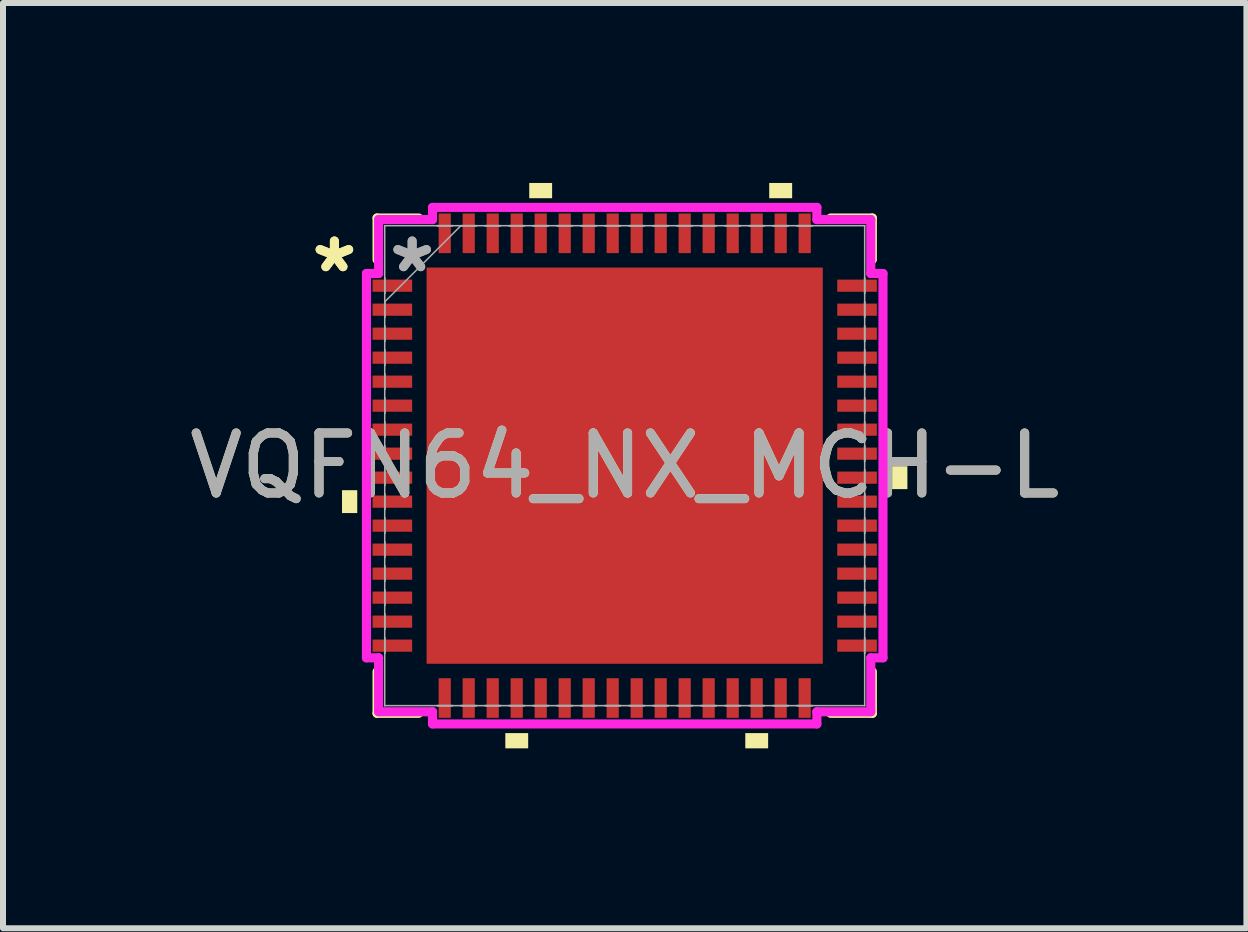
<source format=kicad_pcb>
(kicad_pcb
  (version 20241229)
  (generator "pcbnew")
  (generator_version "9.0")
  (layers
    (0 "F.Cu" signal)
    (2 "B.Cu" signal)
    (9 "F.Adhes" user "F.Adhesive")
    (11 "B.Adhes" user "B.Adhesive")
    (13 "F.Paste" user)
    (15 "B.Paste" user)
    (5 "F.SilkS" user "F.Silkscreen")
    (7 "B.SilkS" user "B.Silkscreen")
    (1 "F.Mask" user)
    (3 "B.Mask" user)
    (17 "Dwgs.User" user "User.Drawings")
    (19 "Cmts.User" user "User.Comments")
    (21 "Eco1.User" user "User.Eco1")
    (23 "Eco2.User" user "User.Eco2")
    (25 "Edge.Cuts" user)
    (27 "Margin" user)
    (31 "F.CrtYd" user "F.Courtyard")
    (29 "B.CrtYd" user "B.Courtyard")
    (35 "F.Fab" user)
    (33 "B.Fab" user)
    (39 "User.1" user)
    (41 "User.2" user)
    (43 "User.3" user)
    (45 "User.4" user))
  (footprint "VQFN64_NX_MCH-L"
    (layer "F.Cu")
    (at 7.363 4.712)
    (property "Reference" "VQFN64_NX_MCH-L" (at 0 0 0) (unlocked yes) (layer "F.SilkS") (effects (font (size 1 1) (thickness 0.15))))
    (attr smd)
    (fp_line (start -4.128 -4.128) (end -4.128 -3.434) (stroke (width 0.152) (type solid)) (layer "F.SilkS"))
    (fp_line (start -4.128 3.434) (end -4.128 4.128) (stroke (width 0.152) (type solid)) (layer "F.SilkS"))
    (fp_line (start -4.128 4.128) (end -3.434 4.128) (stroke (width 0.152) (type solid)) (layer "F.SilkS"))
    (fp_line (start -3.434 -4.128) (end -4.128 -4.128) (stroke (width 0.152) (type solid)) (layer "F.SilkS"))
    (fp_line (start 3.434 4.128) (end 4.128 4.128) (stroke (width 0.152) (type solid)) (layer "F.SilkS"))
    (fp_line (start 4.128 -4.128) (end 3.434 -4.128) (stroke (width 0.152) (type solid)) (layer "F.SilkS"))
    (fp_line (start 4.128 -3.434) (end 4.128 -4.128) (stroke (width 0.152) (type solid)) (layer "F.SilkS"))
    (fp_line (start 4.128 4.128) (end 4.128 3.434) (stroke (width 0.152) (type solid)) (layer "F.SilkS"))
    (fp_poly (pts (xy -4.712 0.409) (xy -4.712 0.79) (xy -4.458 0.79) (xy -4.458 0.409)) (stroke (width 0) (type solid)) (fill yes) (layer "F.SilkS"))
    (fp_poly (pts (xy -1.99 4.458) (xy -1.99 4.712) (xy -1.609 4.712) (xy -1.609 4.458)) (stroke (width 0) (type solid)) (fill yes) (layer "F.SilkS"))
    (fp_poly (pts (xy -1.591 -4.458) (xy -1.591 -4.712) (xy -1.21 -4.712) (xy -1.21 -4.458)) (stroke (width 0) (type solid)) (fill yes) (layer "F.SilkS"))
    (fp_poly (pts (xy 2.01 4.458) (xy 2.01 4.712) (xy 2.391 4.712) (xy 2.391 4.458)) (stroke (width 0) (type solid)) (fill yes) (layer "F.SilkS"))
    (fp_poly (pts (xy 2.409 -4.458) (xy 2.409 -4.712) (xy 2.791 -4.712) (xy 2.791 -4.458)) (stroke (width 0) (type solid)) (fill yes) (layer "F.SilkS"))
    (fp_poly (pts (xy 4.712 0.009) (xy 4.712 0.391) (xy 4.458 0.391) (xy 4.458 0.009)) (stroke (width 0) (type solid)) (fill yes) (layer "F.SilkS"))
    (fp_poly (pts (xy -3.202 -3.202) (xy -3.202 -2.081) (xy -2.081 -2.081) (xy -2.081 -3.202)) (stroke (width 0) (type solid)) (fill yes) (layer "F.Paste"))
    (fp_poly (pts (xy -3.202 -1.881) (xy -3.202 -0.76) (xy -2.081 -0.76) (xy -2.081 -1.881)) (stroke (width 0) (type solid)) (fill yes) (layer "F.Paste"))
    (fp_poly (pts (xy -3.202 -0.56) (xy -3.202 0.56) (xy -2.081 0.56) (xy -2.081 -0.56)) (stroke (width 0) (type solid)) (fill yes) (layer "F.Paste"))
    (fp_poly (pts (xy -3.202 0.76) (xy -3.202 1.881) (xy -2.081 1.881) (xy -2.081 0.76)) (stroke (width 0) (type solid)) (fill yes) (layer "F.Paste"))
    (fp_poly (pts (xy -3.202 2.081) (xy -3.202 3.202) (xy -2.081 3.202) (xy -2.081 2.081)) (stroke (width 0) (type solid)) (fill yes) (layer "F.Paste"))
    (fp_poly (pts (xy -1.881 -3.202) (xy -1.881 -2.081) (xy -0.76 -2.081) (xy -0.76 -3.202)) (stroke (width 0) (type solid)) (fill yes) (layer "F.Paste"))
    (fp_poly (pts (xy -1.881 -1.881) (xy -1.881 -0.76) (xy -0.76 -0.76) (xy -0.76 -1.881)) (stroke (width 0) (type solid)) (fill yes) (layer "F.Paste"))
    (fp_poly (pts (xy -1.881 -0.56) (xy -1.881 0.56) (xy -0.76 0.56) (xy -0.76 -0.56)) (stroke (width 0) (type solid)) (fill yes) (layer "F.Paste"))
    (fp_poly (pts (xy -1.881 0.76) (xy -1.881 1.881) (xy -0.76 1.881) (xy -0.76 0.76)) (stroke (width 0) (type solid)) (fill yes) (layer "F.Paste"))
    (fp_poly (pts (xy -1.881 2.081) (xy -1.881 3.202) (xy -0.76 3.202) (xy -0.76 2.081)) (stroke (width 0) (type solid)) (fill yes) (layer "F.Paste"))
    (fp_poly (pts (xy -0.56 -3.202) (xy -0.56 -2.081) (xy 0.56 -2.081) (xy 0.56 -3.202)) (stroke (width 0) (type solid)) (fill yes) (layer "F.Paste"))
    (fp_poly (pts (xy -0.56 -1.881) (xy -0.56 -0.76) (xy 0.56 -0.76) (xy 0.56 -1.881)) (stroke (width 0) (type solid)) (fill yes) (layer "F.Paste"))
    (fp_poly (pts (xy -0.56 -0.56) (xy -0.56 0.56) (xy 0.56 0.56) (xy 0.56 -0.56)) (stroke (width 0) (type solid)) (fill yes) (layer "F.Paste"))
    (fp_poly (pts (xy -0.56 0.76) (xy -0.56 1.881) (xy 0.56 1.881) (xy 0.56 0.76)) (stroke (width 0) (type solid)) (fill yes) (layer "F.Paste"))
    (fp_poly (pts (xy -0.56 2.081) (xy -0.56 3.202) (xy 0.56 3.202) (xy 0.56 2.081)) (stroke (width 0) (type solid)) (fill yes) (layer "F.Paste"))
    (fp_poly (pts (xy 0.76 -3.202) (xy 0.76 -2.081) (xy 1.881 -2.081) (xy 1.881 -3.202)) (stroke (width 0) (type solid)) (fill yes) (layer "F.Paste"))
    (fp_poly (pts (xy 0.76 -1.881) (xy 0.76 -0.76) (xy 1.881 -0.76) (xy 1.881 -1.881)) (stroke (width 0) (type solid)) (fill yes) (layer "F.Paste"))
    (fp_poly (pts (xy 0.76 -0.56) (xy 0.76 0.56) (xy 1.881 0.56) (xy 1.881 -0.56)) (stroke (width 0) (type solid)) (fill yes) (layer "F.Paste"))
    (fp_poly (pts (xy 0.76 0.76) (xy 0.76 1.881) (xy 1.881 1.881) (xy 1.881 0.76)) (stroke (width 0) (type solid)) (fill yes) (layer "F.Paste"))
    (fp_poly (pts (xy 0.76 2.081) (xy 0.76 3.202) (xy 1.881 3.202) (xy 1.881 2.081)) (stroke (width 0) (type solid)) (fill yes) (layer "F.Paste"))
    (fp_poly (pts (xy 2.081 -3.202) (xy 2.081 -2.081) (xy 3.202 -2.081) (xy 3.202 -3.202)) (stroke (width 0) (type solid)) (fill yes) (layer "F.Paste"))
    (fp_poly (pts (xy 2.081 -1.881) (xy 2.081 -0.76) (xy 3.202 -0.76) (xy 3.202 -1.881)) (stroke (width 0) (type solid)) (fill yes) (layer "F.Paste"))
    (fp_poly (pts (xy 2.081 -0.56) (xy 2.081 0.56) (xy 3.202 0.56) (xy 3.202 -0.56)) (stroke (width 0) (type solid)) (fill yes) (layer "F.Paste"))
    (fp_poly (pts (xy 2.081 0.76) (xy 2.081 1.881) (xy 3.202 1.881) (xy 3.202 0.76)) (stroke (width 0) (type solid)) (fill yes) (layer "F.Paste"))
    (fp_poly (pts (xy 2.081 2.081) (xy 2.081 3.202) (xy 3.202 3.202) (xy 3.202 2.081)) (stroke (width 0) (type solid)) (fill yes) (layer "F.Paste"))
    (fp_line (start -4.305 -3.203) (end -4.102 -3.203) (stroke (width 0.152) (type solid)) (layer "F.CrtYd"))
    (fp_line (start -4.305 3.203) (end -4.305 -3.203) (stroke (width 0.152) (type solid)) (layer "F.CrtYd"))
    (fp_line (start -4.102 -4.102) (end -3.203 -4.102) (stroke (width 0.152) (type solid)) (layer "F.CrtYd"))
    (fp_line (start -4.102 -3.203) (end -4.102 -4.102) (stroke (width 0.152) (type solid)) (layer "F.CrtYd"))
    (fp_line (start -4.102 3.203) (end -4.305 3.203) (stroke (width 0.152) (type solid)) (layer "F.CrtYd"))
    (fp_line (start -4.102 4.102) (end -4.102 3.203) (stroke (width 0.152) (type solid)) (layer "F.CrtYd"))
    (fp_line (start -3.203 -4.305) (end 3.203 -4.305) (stroke (width 0.152) (type solid)) (layer "F.CrtYd"))
    (fp_line (start -3.203 -4.102) (end -3.203 -4.305) (stroke (width 0.152) (type solid)) (layer "F.CrtYd"))
    (fp_line (start -3.203 4.102) (end -4.102 4.102) (stroke (width 0.152) (type solid)) (layer "F.CrtYd"))
    (fp_line (start -3.203 4.305) (end -3.203 4.102) (stroke (width 0.152) (type solid)) (layer "F.CrtYd"))
    (fp_line (start 3.203 -4.305) (end 3.203 -4.102) (stroke (width 0.152) (type solid)) (layer "F.CrtYd"))
    (fp_line (start 3.203 -4.102) (end 4.102 -4.102) (stroke (width 0.152) (type solid)) (layer "F.CrtYd"))
    (fp_line (start 3.203 4.102) (end 3.203 4.305) (stroke (width 0.152) (type solid)) (layer "F.CrtYd"))
    (fp_line (start 3.203 4.305) (end -3.203 4.305) (stroke (width 0.152) (type solid)) (layer "F.CrtYd"))
    (fp_line (start 4.102 -4.102) (end 4.102 -3.203) (stroke (width 0.152) (type solid)) (layer "F.CrtYd"))
    (fp_line (start 4.102 -3.203) (end 4.305 -3.203) (stroke (width 0.152) (type solid)) (layer "F.CrtYd"))
    (fp_line (start 4.102 3.203) (end 4.102 4.102) (stroke (width 0.152) (type solid)) (layer "F.CrtYd"))
    (fp_line (start 4.102 4.102) (end 3.203 4.102) (stroke (width 0.152) (type solid)) (layer "F.CrtYd"))
    (fp_line (start 4.305 -3.203) (end 4.305 3.203) (stroke (width 0.152) (type solid)) (layer "F.CrtYd"))
    (fp_line (start 4.305 3.203) (end 4.102 3.203) (stroke (width 0.152) (type solid)) (layer "F.CrtYd"))
    (fp_line (start -4 -4) (end -4 -4) (stroke (width 0.025) (type solid)) (layer "F.Fab"))
    (fp_line (start -4 -4) (end -4 4) (stroke (width 0.025) (type solid)) (layer "F.Fab"))
    (fp_line (start -4 -3.127) (end -4 -3.127) (stroke (width 0.025) (type solid)) (layer "F.Fab"))
    (fp_line (start -4 -3.127) (end -4 -2.873) (stroke (width 0.025) (type solid)) (layer "F.Fab"))
    (fp_line (start -4 -2.873) (end -4 -3.127) (stroke (width 0.025) (type solid)) (layer "F.Fab"))
    (fp_line (start -4 -2.873) (end -4 -2.873) (stroke (width 0.025) (type solid)) (layer "F.Fab"))
    (fp_line (start -4 -2.731) (end -2.731 -4) (stroke (width 0.025) (type solid)) (layer "F.Fab"))
    (fp_line (start -4 -2.727) (end -4 -2.727) (stroke (width 0.025) (type solid)) (layer "F.Fab"))
    (fp_line (start -4 -2.727) (end -4 -2.473) (stroke (width 0.025) (type solid)) (layer "F.Fab"))
    (fp_line (start -4 -2.473) (end -4 -2.727) (stroke (width 0.025) (type solid)) (layer "F.Fab"))
    (fp_line (start -4 -2.473) (end -4 -2.473) (stroke (width 0.025) (type solid)) (layer "F.Fab"))
    (fp_line (start -4 -2.327) (end -4 -2.327) (stroke (width 0.025) (type solid)) (layer "F.Fab"))
    (fp_line (start -4 -2.327) (end -4 -2.073) (stroke (width 0.025) (type solid)) (layer "F.Fab"))
    (fp_line (start -4 -2.073) (end -4 -2.327) (stroke (width 0.025) (type solid)) (layer "F.Fab"))
    (fp_line (start -4 -2.073) (end -4 -2.073) (stroke (width 0.025) (type solid)) (layer "F.Fab"))
    (fp_line (start -4 -1.927) (end -4 -1.927) (stroke (width 0.025) (type solid)) (layer "F.Fab"))
    (fp_line (start -4 -1.927) (end -4 -1.673) (stroke (width 0.025) (type solid)) (layer "F.Fab"))
    (fp_line (start -4 -1.673) (end -4 -1.927) (stroke (width 0.025) (type solid)) (layer "F.Fab"))
    (fp_line (start -4 -1.673) (end -4 -1.673) (stroke (width 0.025) (type solid)) (layer "F.Fab"))
    (fp_line (start -4 -1.527) (end -4 -1.527) (stroke (width 0.025) (type solid)) (layer "F.Fab"))
    (fp_line (start -4 -1.527) (end -4 -1.273) (stroke (width 0.025) (type solid)) (layer "F.Fab"))
    (fp_line (start -4 -1.273) (end -4 -1.527) (stroke (width 0.025) (type solid)) (layer "F.Fab"))
    (fp_line (start -4 -1.273) (end -4 -1.273) (stroke (width 0.025) (type solid)) (layer "F.Fab"))
    (fp_line (start -4 -1.127) (end -4 -1.127) (stroke (width 0.025) (type solid)) (layer "F.Fab"))
    (fp_line (start -4 -1.127) (end -4 -0.873) (stroke (width 0.025) (type solid)) (layer "F.Fab"))
    (fp_line (start -4 -0.873) (end -4 -1.127) (stroke (width 0.025) (type solid)) (layer "F.Fab"))
    (fp_line (start -4 -0.873) (end -4 -0.873) (stroke (width 0.025) (type solid)) (layer "F.Fab"))
    (fp_line (start -4 -0.727) (end -4 -0.727) (stroke (width 0.025) (type solid)) (layer "F.Fab"))
    (fp_line (start -4 -0.727) (end -4 -0.473) (stroke (width 0.025) (type solid)) (layer "F.Fab"))
    (fp_line (start -4 -0.473) (end -4 -0.727) (stroke (width 0.025) (type solid)) (layer "F.Fab"))
    (fp_line (start -4 -0.473) (end -4 -0.473) (stroke (width 0.025) (type solid)) (layer "F.Fab"))
    (fp_line (start -4 -0.327) (end -4 -0.327) (stroke (width 0.025) (type solid)) (layer "F.Fab"))
    (fp_line (start -4 -0.327) (end -4 -0.073) (stroke (width 0.025) (type solid)) (layer "F.Fab"))
    (fp_line (start -4 -0.073) (end -4 -0.327) (stroke (width 0.025) (type solid)) (layer "F.Fab"))
    (fp_line (start -4 -0.073) (end -4 -0.073) (stroke (width 0.025) (type solid)) (layer "F.Fab"))
    (fp_line (start -4 0.073) (end -4 0.073) (stroke (width 0.025) (type solid)) (layer "F.Fab"))
    (fp_line (start -4 0.073) (end -4 0.327) (stroke (width 0.025) (type solid)) (layer "F.Fab"))
    (fp_line (start -4 0.327) (end -4 0.073) (stroke (width 0.025) (type solid)) (layer "F.Fab"))
    (fp_line (start -4 0.327) (end -4 0.327) (stroke (width 0.025) (type solid)) (layer "F.Fab"))
    (fp_line (start -4 0.473) (end -4 0.473) (stroke (width 0.025) (type solid)) (layer "F.Fab"))
    (fp_line (start -4 0.473) (end -4 0.727) (stroke (width 0.025) (type solid)) (layer "F.Fab"))
    (fp_line (start -4 0.727) (end -4 0.473) (stroke (width 0.025) (type solid)) (layer "F.Fab"))
    (fp_line (start -4 0.727) (end -4 0.727) (stroke (width 0.025) (type solid)) (layer "F.Fab"))
    (fp_line (start -4 0.873) (end -4 0.873) (stroke (width 0.025) (type solid)) (layer "F.Fab"))
    (fp_line (start -4 0.873) (end -4 1.127) (stroke (width 0.025) (type solid)) (layer "F.Fab"))
    (fp_line (start -4 1.127) (end -4 0.873) (stroke (width 0.025) (type solid)) (layer "F.Fab"))
    (fp_line (start -4 1.127) (end -4 1.127) (stroke (width 0.025) (type solid)) (layer "F.Fab"))
    (fp_line (start -4 1.273) (end -4 1.273) (stroke (width 0.025) (type solid)) (layer "F.Fab"))
    (fp_line (start -4 1.273) (end -4 1.527) (stroke (width 0.025) (type solid)) (layer "F.Fab"))
    (fp_line (start -4 1.527) (end -4 1.273) (stroke (width 0.025) (type solid)) (layer "F.Fab"))
    (fp_line (start -4 1.527) (end -4 1.527) (stroke (width 0.025) (type solid)) (layer "F.Fab"))
    (fp_line (start -4 1.673) (end -4 1.673) (stroke (width 0.025) (type solid)) (layer "F.Fab"))
    (fp_line (start -4 1.673) (end -4 1.927) (stroke (width 0.025) (type solid)) (layer "F.Fab"))
    (fp_line (start -4 1.927) (end -4 1.673) (stroke (width 0.025) (type solid)) (layer "F.Fab"))
    (fp_line (start -4 1.927) (end -4 1.927) (stroke (width 0.025) (type solid)) (layer "F.Fab"))
    (fp_line (start -4 2.073) (end -4 2.073) (stroke (width 0.025) (type solid)) (layer "F.Fab"))
    (fp_line (start -4 2.073) (end -4 2.327) (stroke (width 0.025) (type solid)) (layer "F.Fab"))
    (fp_line (start -4 2.327) (end -4 2.073) (stroke (width 0.025) (type solid)) (layer "F.Fab"))
    (fp_line (start -4 2.327) (end -4 2.327) (stroke (width 0.025) (type solid)) (layer "F.Fab"))
    (fp_line (start -4 2.473) (end -4 2.473) (stroke (width 0.025) (type solid)) (layer "F.Fab"))
    (fp_line (start -4 2.473) (end -4 2.727) (stroke (width 0.025) (type solid)) (layer "F.Fab"))
    (fp_line (start -4 2.727) (end -4 2.473) (stroke (width 0.025) (type solid)) (layer "F.Fab"))
    (fp_line (start -4 2.727) (end -4 2.727) (stroke (width 0.025) (type solid)) (layer "F.Fab"))
    (fp_line (start -4 2.873) (end -4 2.873) (stroke (width 0.025) (type solid)) (layer "F.Fab"))
    (fp_line (start -4 2.873) (end -4 3.127) (stroke (width 0.025) (type solid)) (layer "F.Fab"))
    (fp_line (start -4 3.127) (end -4 2.873) (stroke (width 0.025) (type solid)) (layer "F.Fab"))
    (fp_line (start -4 3.127) (end -4 3.127) (stroke (width 0.025) (type solid)) (layer "F.Fab"))
    (fp_line (start -4 4) (end -4 4) (stroke (width 0.025) (type solid)) (layer "F.Fab"))
    (fp_line (start -4 4) (end 4 4) (stroke (width 0.025) (type solid)) (layer "F.Fab"))
    (fp_line (start -3.127 -4) (end -3.127 -4) (stroke (width 0.025) (type solid)) (layer "F.Fab"))
    (fp_line (start -3.127 -4) (end -2.873 -4) (stroke (width 0.025) (type solid)) (layer "F.Fab"))
    (fp_line (start -3.127 4) (end -3.127 4) (stroke (width 0.025) (type solid)) (layer "F.Fab"))
    (fp_line (start -3.127 4) (end -2.873 4) (stroke (width 0.025) (type solid)) (layer "F.Fab"))
    (fp_line (start -2.873 -4) (end -3.127 -4) (stroke (width 0.025) (type solid)) (layer "F.Fab"))
    (fp_line (start -2.873 -4) (end -2.873 -4) (stroke (width 0.025) (type solid)) (layer "F.Fab"))
    (fp_line (start -2.873 4) (end -3.127 4) (stroke (width 0.025) (type solid)) (layer "F.Fab"))
    (fp_line (start -2.873 4) (end -2.873 4) (stroke (width 0.025) (type solid)) (layer "F.Fab"))
    (fp_line (start -2.727 -4) (end -2.727 -4) (stroke (width 0.025) (type solid)) (layer "F.Fab"))
    (fp_line (start -2.727 -4) (end -2.473 -4) (stroke (width 0.025) (type solid)) (layer "F.Fab"))
    (fp_line (start -2.727 4) (end -2.727 4) (stroke (width 0.025) (type solid)) (layer "F.Fab"))
    (fp_line (start -2.727 4) (end -2.473 4) (stroke (width 0.025) (type solid)) (layer "F.Fab"))
    (fp_line (start -2.473 -4) (end -2.727 -4) (stroke (width 0.025) (type solid)) (layer "F.Fab"))
    (fp_line (start -2.473 -4) (end -2.473 -4) (stroke (width 0.025) (type solid)) (layer "F.Fab"))
    (fp_line (start -2.473 4) (end -2.727 4) (stroke (width 0.025) (type solid)) (layer "F.Fab"))
    (fp_line (start -2.473 4) (end -2.473 4) (stroke (width 0.025) (type solid)) (layer "F.Fab"))
    (fp_line (start -2.327 -4) (end -2.327 -4) (stroke (width 0.025) (type solid)) (layer "F.Fab"))
    (fp_line (start -2.327 -4) (end -2.073 -4) (stroke (width 0.025) (type solid)) (layer "F.Fab"))
    (fp_line (start -2.327 4) (end -2.327 4) (stroke (width 0.025) (type solid)) (layer "F.Fab"))
    (fp_line (start -2.327 4) (end -2.073 4) (stroke (width 0.025) (type solid)) (layer "F.Fab"))
    (fp_line (start -2.073 -4) (end -2.327 -4) (stroke (width 0.025) (type solid)) (layer "F.Fab"))
    (fp_line (start -2.073 -4) (end -2.073 -4) (stroke (width 0.025) (type solid)) (layer "F.Fab"))
    (fp_line (start -2.073 4) (end -2.327 4) (stroke (width 0.025) (type solid)) (layer "F.Fab"))
    (fp_line (start -2.073 4) (end -2.073 4) (stroke (width 0.025) (type solid)) (layer "F.Fab"))
    (fp_line (start -1.927 -4) (end -1.927 -4) (stroke (width 0.025) (type solid)) (layer "F.Fab"))
    (fp_line (start -1.927 -4) (end -1.673 -4) (stroke (width 0.025) (type solid)) (layer "F.Fab"))
    (fp_line (start -1.927 4) (end -1.927 4) (stroke (width 0.025) (type solid)) (layer "F.Fab"))
    (fp_line (start -1.927 4) (end -1.673 4) (stroke (width 0.025) (type solid)) (layer "F.Fab"))
    (fp_line (start -1.673 -4) (end -1.927 -4) (stroke (width 0.025) (type solid)) (layer "F.Fab"))
    (fp_line (start -1.673 -4) (end -1.673 -4) (stroke (width 0.025) (type solid)) (layer "F.Fab"))
    (fp_line (start -1.673 4) (end -1.927 4) (stroke (width 0.025) (type solid)) (layer "F.Fab"))
    (fp_line (start -1.673 4) (end -1.673 4) (stroke (width 0.025) (type solid)) (layer "F.Fab"))
    (fp_line (start -1.527 -4) (end -1.527 -4) (stroke (width 0.025) (type solid)) (layer "F.Fab"))
    (fp_line (start -1.527 -4) (end -1.273 -4) (stroke (width 0.025) (type solid)) (layer "F.Fab"))
    (fp_line (start -1.527 4) (end -1.527 4) (stroke (width 0.025) (type solid)) (layer "F.Fab"))
    (fp_line (start -1.527 4) (end -1.273 4) (stroke (width 0.025) (type solid)) (layer "F.Fab"))
    (fp_line (start -1.273 -4) (end -1.527 -4) (stroke (width 0.025) (type solid)) (layer "F.Fab"))
    (fp_line (start -1.273 -4) (end -1.273 -4) (stroke (width 0.025) (type solid)) (layer "F.Fab"))
    (fp_line (start -1.273 4) (end -1.527 4) (stroke (width 0.025) (type solid)) (layer "F.Fab"))
    (fp_line (start -1.273 4) (end -1.273 4) (stroke (width 0.025) (type solid)) (layer "F.Fab"))
    (fp_line (start -1.127 -4) (end -1.127 -4) (stroke (width 0.025) (type solid)) (layer "F.Fab"))
    (fp_line (start -1.127 -4) (end -0.873 -4) (stroke (width 0.025) (type solid)) (layer "F.Fab"))
    (fp_line (start -1.127 4) (end -1.127 4) (stroke (width 0.025) (type solid)) (layer "F.Fab"))
    (fp_line (start -1.127 4) (end -0.873 4) (stroke (width 0.025) (type solid)) (layer "F.Fab"))
    (fp_line (start -0.873 -4) (end -1.127 -4) (stroke (width 0.025) (type solid)) (layer "F.Fab"))
    (fp_line (start -0.873 -4) (end -0.873 -4) (stroke (width 0.025) (type solid)) (layer "F.Fab"))
    (fp_line (start -0.873 4) (end -1.127 4) (stroke (width 0.025) (type solid)) (layer "F.Fab"))
    (fp_line (start -0.873 4) (end -0.873 4) (stroke (width 0.025) (type solid)) (layer "F.Fab"))
    (fp_line (start -0.727 -4) (end -0.727 -4) (stroke (width 0.025) (type solid)) (layer "F.Fab"))
    (fp_line (start -0.727 -4) (end -0.473 -4) (stroke (width 0.025) (type solid)) (layer "F.Fab"))
    (fp_line (start -0.727 4) (end -0.727 4) (stroke (width 0.025) (type solid)) (layer "F.Fab"))
    (fp_line (start -0.727 4) (end -0.473 4) (stroke (width 0.025) (type solid)) (layer "F.Fab"))
    (fp_line (start -0.473 -4) (end -0.727 -4) (stroke (width 0.025) (type solid)) (layer "F.Fab"))
    (fp_line (start -0.473 -4) (end -0.473 -4) (stroke (width 0.025) (type solid)) (layer "F.Fab"))
    (fp_line (start -0.473 4) (end -0.727 4) (stroke (width 0.025) (type solid)) (layer "F.Fab"))
    (fp_line (start -0.473 4) (end -0.473 4) (stroke (width 0.025) (type solid)) (layer "F.Fab"))
    (fp_line (start -0.327 -4) (end -0.327 -4) (stroke (width 0.025) (type solid)) (layer "F.Fab"))
    (fp_line (start -0.327 -4) (end -0.073 -4) (stroke (width 0.025) (type solid)) (layer "F.Fab"))
    (fp_line (start -0.327 4) (end -0.327 4) (stroke (width 0.025) (type solid)) (layer "F.Fab"))
    (fp_line (start -0.327 4) (end -0.073 4) (stroke (width 0.025) (type solid)) (layer "F.Fab"))
    (fp_line (start -0.073 -4) (end -0.327 -4) (stroke (width 0.025) (type solid)) (layer "F.Fab"))
    (fp_line (start -0.073 -4) (end -0.073 -4) (stroke (width 0.025) (type solid)) (layer "F.Fab"))
    (fp_line (start -0.073 4) (end -0.327 4) (stroke (width 0.025) (type solid)) (layer "F.Fab"))
    (fp_line (start -0.073 4) (end -0.073 4) (stroke (width 0.025) (type solid)) (layer "F.Fab"))
    (fp_line (start 0.073 -4) (end 0.073 -4) (stroke (width 0.025) (type solid)) (layer "F.Fab"))
    (fp_line (start 0.073 -4) (end 0.327 -4) (stroke (width 0.025) (type solid)) (layer "F.Fab"))
    (fp_line (start 0.073 4) (end 0.073 4) (stroke (width 0.025) (type solid)) (layer "F.Fab"))
    (fp_line (start 0.073 4) (end 0.327 4) (stroke (width 0.025) (type solid)) (layer "F.Fab"))
    (fp_line (start 0.327 -4) (end 0.073 -4) (stroke (width 0.025) (type solid)) (layer "F.Fab"))
    (fp_line (start 0.327 -4) (end 0.327 -4) (stroke (width 0.025) (type solid)) (layer "F.Fab"))
    (fp_line (start 0.327 4) (end 0.073 4) (stroke (width 0.025) (type solid)) (layer "F.Fab"))
    (fp_line (start 0.327 4) (end 0.327 4) (stroke (width 0.025) (type solid)) (layer "F.Fab"))
    (fp_line (start 0.473 -4) (end 0.473 -4) (stroke (width 0.025) (type solid)) (layer "F.Fab"))
    (fp_line (start 0.473 -4) (end 0.727 -4) (stroke (width 0.025) (type solid)) (layer "F.Fab"))
    (fp_line (start 0.473 4) (end 0.473 4) (stroke (width 0.025) (type solid)) (layer "F.Fab"))
    (fp_line (start 0.473 4) (end 0.727 4) (stroke (width 0.025) (type solid)) (layer "F.Fab"))
    (fp_line (start 0.727 -4) (end 0.473 -4) (stroke (width 0.025) (type solid)) (layer "F.Fab"))
    (fp_line (start 0.727 -4) (end 0.727 -4) (stroke (width 0.025) (type solid)) (layer "F.Fab"))
    (fp_line (start 0.727 4) (end 0.473 4) (stroke (width 0.025) (type solid)) (layer "F.Fab"))
    (fp_line (start 0.727 4) (end 0.727 4) (stroke (width 0.025) (type solid)) (layer "F.Fab"))
    (fp_line (start 0.873 -4) (end 0.873 -4) (stroke (width 0.025) (type solid)) (layer "F.Fab"))
    (fp_line (start 0.873 -4) (end 1.127 -4) (stroke (width 0.025) (type solid)) (layer "F.Fab"))
    (fp_line (start 0.873 4) (end 0.873 4) (stroke (width 0.025) (type solid)) (layer "F.Fab"))
    (fp_line (start 0.873 4) (end 1.127 4) (stroke (width 0.025) (type solid)) (layer "F.Fab"))
    (fp_line (start 1.127 -4) (end 0.873 -4) (stroke (width 0.025) (type solid)) (layer "F.Fab"))
    (fp_line (start 1.127 -4) (end 1.127 -4) (stroke (width 0.025) (type solid)) (layer "F.Fab"))
    (fp_line (start 1.127 4) (end 0.873 4) (stroke (width 0.025) (type solid)) (layer "F.Fab"))
    (fp_line (start 1.127 4) (end 1.127 4) (stroke (width 0.025) (type solid)) (layer "F.Fab"))
    (fp_line (start 1.273 -4) (end 1.273 -4) (stroke (width 0.025) (type solid)) (layer "F.Fab"))
    (fp_line (start 1.273 -4) (end 1.527 -4) (stroke (width 0.025) (type solid)) (layer "F.Fab"))
    (fp_line (start 1.273 4) (end 1.273 4) (stroke (width 0.025) (type solid)) (layer "F.Fab"))
    (fp_line (start 1.273 4) (end 1.527 4) (stroke (width 0.025) (type solid)) (layer "F.Fab"))
    (fp_line (start 1.527 -4) (end 1.273 -4) (stroke (width 0.025) (type solid)) (layer "F.Fab"))
    (fp_line (start 1.527 -4) (end 1.527 -4) (stroke (width 0.025) (type solid)) (layer "F.Fab"))
    (fp_line (start 1.527 4) (end 1.273 4) (stroke (width 0.025) (type solid)) (layer "F.Fab"))
    (fp_line (start 1.527 4) (end 1.527 4) (stroke (width 0.025) (type solid)) (layer "F.Fab"))
    (fp_line (start 1.673 -4) (end 1.673 -4) (stroke (width 0.025) (type solid)) (layer "F.Fab"))
    (fp_line (start 1.673 -4) (end 1.927 -4) (stroke (width 0.025) (type solid)) (layer "F.Fab"))
    (fp_line (start 1.673 4) (end 1.673 4) (stroke (width 0.025) (type solid)) (layer "F.Fab"))
    (fp_line (start 1.673 4) (end 1.927 4) (stroke (width 0.025) (type solid)) (layer "F.Fab"))
    (fp_line (start 1.927 -4) (end 1.673 -4) (stroke (width 0.025) (type solid)) (layer "F.Fab"))
    (fp_line (start 1.927 -4) (end 1.927 -4) (stroke (width 0.025) (type solid)) (layer "F.Fab"))
    (fp_line (start 1.927 4) (end 1.673 4) (stroke (width 0.025) (type solid)) (layer "F.Fab"))
    (fp_line (start 1.927 4) (end 1.927 4) (stroke (width 0.025) (type solid)) (layer "F.Fab"))
    (fp_line (start 2.073 -4) (end 2.073 -4) (stroke (width 0.025) (type solid)) (layer "F.Fab"))
    (fp_line (start 2.073 -4) (end 2.327 -4) (stroke (width 0.025) (type solid)) (layer "F.Fab"))
    (fp_line (start 2.073 4) (end 2.073 4) (stroke (width 0.025) (type solid)) (layer "F.Fab"))
    (fp_line (start 2.073 4) (end 2.327 4) (stroke (width 0.025) (type solid)) (layer "F.Fab"))
    (fp_line (start 2.327 -4) (end 2.073 -4) (stroke (width 0.025) (type solid)) (layer "F.Fab"))
    (fp_line (start 2.327 -4) (end 2.327 -4) (stroke (width 0.025) (type solid)) (layer "F.Fab"))
    (fp_line (start 2.327 4) (end 2.073 4) (stroke (width 0.025) (type solid)) (layer "F.Fab"))
    (fp_line (start 2.327 4) (end 2.327 4) (stroke (width 0.025) (type solid)) (layer "F.Fab"))
    (fp_line (start 2.473 -4) (end 2.473 -4) (stroke (width 0.025) (type solid)) (layer "F.Fab"))
    (fp_line (start 2.473 -4) (end 2.727 -4) (stroke (width 0.025) (type solid)) (layer "F.Fab"))
    (fp_line (start 2.473 4) (end 2.473 4) (stroke (width 0.025) (type solid)) (layer "F.Fab"))
    (fp_line (start 2.473 4) (end 2.727 4) (stroke (width 0.025) (type solid)) (layer "F.Fab"))
    (fp_line (start 2.727 -4) (end 2.473 -4) (stroke (width 0.025) (type solid)) (layer "F.Fab"))
    (fp_line (start 2.727 -4) (end 2.727 -4) (stroke (width 0.025) (type solid)) (layer "F.Fab"))
    (fp_line (start 2.727 4) (end 2.473 4) (stroke (width 0.025) (type solid)) (layer "F.Fab"))
    (fp_line (start 2.727 4) (end 2.727 4) (stroke (width 0.025) (type solid)) (layer "F.Fab"))
    (fp_line (start 2.873 -4) (end 2.873 -4) (stroke (width 0.025) (type solid)) (layer "F.Fab"))
    (fp_line (start 2.873 -4) (end 3.127 -4) (stroke (width 0.025) (type solid)) (layer "F.Fab"))
    (fp_line (start 2.873 4) (end 2.873 4) (stroke (width 0.025) (type solid)) (layer "F.Fab"))
    (fp_line (start 2.873 4) (end 3.127 4) (stroke (width 0.025) (type solid)) (layer "F.Fab"))
    (fp_line (start 3.127 -4) (end 2.873 -4) (stroke (width 0.025) (type solid)) (layer "F.Fab"))
    (fp_line (start 3.127 -4) (end 3.127 -4) (stroke (width 0.025) (type solid)) (layer "F.Fab"))
    (fp_line (start 3.127 4) (end 2.873 4) (stroke (width 0.025) (type solid)) (layer "F.Fab"))
    (fp_line (start 3.127 4) (end 3.127 4) (stroke (width 0.025) (type solid)) (layer "F.Fab"))
    (fp_line (start 4 -4) (end -4 -4) (stroke (width 0.025) (type solid)) (layer "F.Fab"))
    (fp_line (start 4 -4) (end 4 -4) (stroke (width 0.025) (type solid)) (layer "F.Fab"))
    (fp_line (start 4 -3.127) (end 4 -3.127) (stroke (width 0.025) (type solid)) (layer "F.Fab"))
    (fp_line (start 4 -3.127) (end 4 -2.873) (stroke (width 0.025) (type solid)) (layer "F.Fab"))
    (fp_line (start 4 -2.873) (end 4 -3.127) (stroke (width 0.025) (type solid)) (layer "F.Fab"))
    (fp_line (start 4 -2.873) (end 4 -2.873) (stroke (width 0.025) (type solid)) (layer "F.Fab"))
    (fp_line (start 4 -2.727) (end 4 -2.727) (stroke (width 0.025) (type solid)) (layer "F.Fab"))
    (fp_line (start 4 -2.727) (end 4 -2.473) (stroke (width 0.025) (type solid)) (layer "F.Fab"))
    (fp_line (start 4 -2.473) (end 4 -2.727) (stroke (width 0.025) (type solid)) (layer "F.Fab"))
    (fp_line (start 4 -2.473) (end 4 -2.473) (stroke (width 0.025) (type solid)) (layer "F.Fab"))
    (fp_line (start 4 -2.327) (end 4 -2.327) (stroke (width 0.025) (type solid)) (layer "F.Fab"))
    (fp_line (start 4 -2.327) (end 4 -2.073) (stroke (width 0.025) (type solid)) (layer "F.Fab"))
    (fp_line (start 4 -2.073) (end 4 -2.327) (stroke (width 0.025) (type solid)) (layer "F.Fab"))
    (fp_line (start 4 -2.073) (end 4 -2.073) (stroke (width 0.025) (type solid)) (layer "F.Fab"))
    (fp_line (start 4 -1.927) (end 4 -1.927) (stroke (width 0.025) (type solid)) (layer "F.Fab"))
    (fp_line (start 4 -1.927) (end 4 -1.673) (stroke (width 0.025) (type solid)) (layer "F.Fab"))
    (fp_line (start 4 -1.673) (end 4 -1.927) (stroke (width 0.025) (type solid)) (layer "F.Fab"))
    (fp_line (start 4 -1.673) (end 4 -1.673) (stroke (width 0.025) (type solid)) (layer "F.Fab"))
    (fp_line (start 4 -1.527) (end 4 -1.527) (stroke (width 0.025) (type solid)) (layer "F.Fab"))
    (fp_line (start 4 -1.527) (end 4 -1.273) (stroke (width 0.025) (type solid)) (layer "F.Fab"))
    (fp_line (start 4 -1.273) (end 4 -1.527) (stroke (width 0.025) (type solid)) (layer "F.Fab"))
    (fp_line (start 4 -1.273) (end 4 -1.273) (stroke (width 0.025) (type solid)) (layer "F.Fab"))
    (fp_line (start 4 -1.127) (end 4 -1.127) (stroke (width 0.025) (type solid)) (layer "F.Fab"))
    (fp_line (start 4 -1.127) (end 4 -0.873) (stroke (width 0.025) (type solid)) (layer "F.Fab"))
    (fp_line (start 4 -0.873) (end 4 -1.127) (stroke (width 0.025) (type solid)) (layer "F.Fab"))
    (fp_line (start 4 -0.873) (end 4 -0.873) (stroke (width 0.025) (type solid)) (layer "F.Fab"))
    (fp_line (start 4 -0.727) (end 4 -0.727) (stroke (width 0.025) (type solid)) (layer "F.Fab"))
    (fp_line (start 4 -0.727) (end 4 -0.473) (stroke (width 0.025) (type solid)) (layer "F.Fab"))
    (fp_line (start 4 -0.473) (end 4 -0.727) (stroke (width 0.025) (type solid)) (layer "F.Fab"))
    (fp_line (start 4 -0.473) (end 4 -0.473) (stroke (width 0.025) (type solid)) (layer "F.Fab"))
    (fp_line (start 4 -0.327) (end 4 -0.327) (stroke (width 0.025) (type solid)) (layer "F.Fab"))
    (fp_line (start 4 -0.327) (end 4 -0.073) (stroke (width 0.025) (type solid)) (layer "F.Fab"))
    (fp_line (start 4 -0.073) (end 4 -0.327) (stroke (width 0.025) (type solid)) (layer "F.Fab"))
    (fp_line (start 4 -0.073) (end 4 -0.073) (stroke (width 0.025) (type solid)) (layer "F.Fab"))
    (fp_line (start 4 0.073) (end 4 0.073) (stroke (width 0.025) (type solid)) (layer "F.Fab"))
    (fp_line (start 4 0.073) (end 4 0.327) (stroke (width 0.025) (type solid)) (layer "F.Fab"))
    (fp_line (start 4 0.327) (end 4 0.073) (stroke (width 0.025) (type solid)) (layer "F.Fab"))
    (fp_line (start 4 0.327) (end 4 0.327) (stroke (width 0.025) (type solid)) (layer "F.Fab"))
    (fp_line (start 4 0.473) (end 4 0.473) (stroke (width 0.025) (type solid)) (layer "F.Fab"))
    (fp_line (start 4 0.473) (end 4 0.727) (stroke (width 0.025) (type solid)) (layer "F.Fab"))
    (fp_line (start 4 0.727) (end 4 0.473) (stroke (width 0.025) (type solid)) (layer "F.Fab"))
    (fp_line (start 4 0.727) (end 4 0.727) (stroke (width 0.025) (type solid)) (layer "F.Fab"))
    (fp_line (start 4 0.873) (end 4 0.873) (stroke (width 0.025) (type solid)) (layer "F.Fab"))
    (fp_line (start 4 0.873) (end 4 1.127) (stroke (width 0.025) (type solid)) (layer "F.Fab"))
    (fp_line (start 4 1.127) (end 4 0.873) (stroke (width 0.025) (type solid)) (layer "F.Fab"))
    (fp_line (start 4 1.127) (end 4 1.127) (stroke (width 0.025) (type solid)) (layer "F.Fab"))
    (fp_line (start 4 1.273) (end 4 1.273) (stroke (width 0.025) (type solid)) (layer "F.Fab"))
    (fp_line (start 4 1.273) (end 4 1.527) (stroke (width 0.025) (type solid)) (layer "F.Fab"))
    (fp_line (start 4 1.527) (end 4 1.273) (stroke (width 0.025) (type solid)) (layer "F.Fab"))
    (fp_line (start 4 1.527) (end 4 1.527) (stroke (width 0.025) (type solid)) (layer "F.Fab"))
    (fp_line (start 4 1.673) (end 4 1.673) (stroke (width 0.025) (type solid)) (layer "F.Fab"))
    (fp_line (start 4 1.673) (end 4 1.927) (stroke (width 0.025) (type solid)) (layer "F.Fab"))
    (fp_line (start 4 1.927) (end 4 1.673) (stroke (width 0.025) (type solid)) (layer "F.Fab"))
    (fp_line (start 4 1.927) (end 4 1.927) (stroke (width 0.025) (type solid)) (layer "F.Fab"))
    (fp_line (start 4 2.073) (end 4 2.073) (stroke (width 0.025) (type solid)) (layer "F.Fab"))
    (fp_line (start 4 2.073) (end 4 2.327) (stroke (width 0.025) (type solid)) (layer "F.Fab"))
    (fp_line (start 4 2.327) (end 4 2.073) (stroke (width 0.025) (type solid)) (layer "F.Fab"))
    (fp_line (start 4 2.327) (end 4 2.327) (stroke (width 0.025) (type solid)) (layer "F.Fab"))
    (fp_line (start 4 2.473) (end 4 2.473) (stroke (width 0.025) (type solid)) (layer "F.Fab"))
    (fp_line (start 4 2.473) (end 4 2.727) (stroke (width 0.025) (type solid)) (layer "F.Fab"))
    (fp_line (start 4 2.727) (end 4 2.473) (stroke (width 0.025) (type solid)) (layer "F.Fab"))
    (fp_line (start 4 2.727) (end 4 2.727) (stroke (width 0.025) (type solid)) (layer "F.Fab"))
    (fp_line (start 4 2.873) (end 4 2.873) (stroke (width 0.025) (type solid)) (layer "F.Fab"))
    (fp_line (start 4 2.873) (end 4 3.127) (stroke (width 0.025) (type solid)) (layer "F.Fab"))
    (fp_line (start 4 3.127) (end 4 2.873) (stroke (width 0.025) (type solid)) (layer "F.Fab"))
    (fp_line (start 4 3.127) (end 4 3.127) (stroke (width 0.025) (type solid)) (layer "F.Fab"))
    (fp_line (start 4 4) (end 4 -4) (stroke (width 0.025) (type solid)) (layer "F.Fab"))
    (fp_line (start 4 4) (end 4 4) (stroke (width 0.025) (type solid)) (layer "F.Fab"))
    (fp_text user "*" (at -4.839 -3.2 0) (layer "F.SilkS") (effects (font (size 1 1) (thickness 0.15))))
    (fp_text user "*" (at -4.839 -3.2 0) (unlocked yes) (layer "F.SilkS") (effects (font (size 1 1) (thickness 0.15))))
    (fp_text user "${REFERENCE}" (at 0 0 0) (unlocked yes) (layer "F.Fab") (effects (font (size 1 1) (thickness 0.15))))
    (fp_text user "*" (at -3.543 -3.2 0) (unlocked yes) (layer "F.Fab") (effects (font (size 1 1) (thickness 0.15))))
    (fp_text user "*" (at -3.543 -3.2 0) (layer "F.Fab") (effects (font (size 1 1) (thickness 0.15))))
    (pad "1" smd rect (at -3.873 -3 90) (size 0.203 0.66) (layers "F.Cu" "F.Mask" "F.Paste"))
    (pad "2" smd rect (at -3.873 -2.6 90) (size 0.203 0.66) (layers "F.Cu" "F.Mask" "F.Paste"))
    (pad "3" smd rect (at -3.873 -2.2 90) (size 0.203 0.66) (layers "F.Cu" "F.Mask" "F.Paste"))
    (pad "4" smd rect (at -3.873 -1.8 90) (size 0.203 0.66) (layers "F.Cu" "F.Mask" "F.Paste"))
    (pad "5" smd rect (at -3.873 -1.4 90) (size 0.203 0.66) (layers "F.Cu" "F.Mask" "F.Paste"))
    (pad "6" smd rect (at -3.873 -1 90) (size 0.203 0.66) (layers "F.Cu" "F.Mask" "F.Paste"))
    (pad "7" smd rect (at -3.873 -0.6 90) (size 0.203 0.66) (layers "F.Cu" "F.Mask" "F.Paste"))
    (pad "8" smd rect (at -3.873 -0.2 90) (size 0.203 0.66) (layers "F.Cu" "F.Mask" "F.Paste"))
    (pad "9" smd rect (at -3.873 0.2 90) (size 0.203 0.66) (layers "F.Cu" "F.Mask" "F.Paste"))
    (pad "10" smd rect (at -3.873 0.6 90) (size 0.203 0.66) (layers "F.Cu" "F.Mask" "F.Paste"))
    (pad "11" smd rect (at -3.873 1 90) (size 0.203 0.66) (layers "F.Cu" "F.Mask" "F.Paste"))
    (pad "12" smd rect (at -3.873 1.4 90) (size 0.203 0.66) (layers "F.Cu" "F.Mask" "F.Paste"))
    (pad "13" smd rect (at -3.873 1.8 90) (size 0.203 0.66) (layers "F.Cu" "F.Mask" "F.Paste"))
    (pad "14" smd rect (at -3.873 2.2 90) (size 0.203 0.66) (layers "F.Cu" "F.Mask" "F.Paste"))
    (pad "15" smd rect (at -3.873 2.6 90) (size 0.203 0.66) (layers "F.Cu" "F.Mask" "F.Paste"))
    (pad "16" smd rect (at -3.873 3 90) (size 0.203 0.66) (layers "F.Cu" "F.Mask" "F.Paste"))
    (pad "17" smd rect (at -3 3.873) (size 0.203 0.66) (layers "F.Cu" "F.Mask" "F.Paste"))
    (pad "18" smd rect (at -2.6 3.873) (size 0.203 0.66) (layers "F.Cu" "F.Mask" "F.Paste"))
    (pad "19" smd rect (at -2.2 3.873) (size 0.203 0.66) (layers "F.Cu" "F.Mask" "F.Paste"))
    (pad "20" smd rect (at -1.8 3.873) (size 0.203 0.66) (layers "F.Cu" "F.Mask" "F.Paste"))
    (pad "21" smd rect (at -1.4 3.873) (size 0.203 0.66) (layers "F.Cu" "F.Mask" "F.Paste"))
    (pad "22" smd rect (at -1 3.873) (size 0.203 0.66) (layers "F.Cu" "F.Mask" "F.Paste"))
    (pad "23" smd rect (at -0.6 3.873) (size 0.203 0.66) (layers "F.Cu" "F.Mask" "F.Paste"))
    (pad "24" smd rect (at -0.2 3.873) (size 0.203 0.66) (layers "F.Cu" "F.Mask" "F.Paste"))
    (pad "25" smd rect (at 0.2 3.873) (size 0.203 0.66) (layers "F.Cu" "F.Mask" "F.Paste"))
    (pad "26" smd rect (at 0.6 3.873) (size 0.203 0.66) (layers "F.Cu" "F.Mask" "F.Paste"))
    (pad "27" smd rect (at 1 3.873) (size 0.203 0.66) (layers "F.Cu" "F.Mask" "F.Paste"))
    (pad "28" smd rect (at 1.4 3.873) (size 0.203 0.66) (layers "F.Cu" "F.Mask" "F.Paste"))
    (pad "29" smd rect (at 1.8 3.873) (size 0.203 0.66) (layers "F.Cu" "F.Mask" "F.Paste"))
    (pad "30" smd rect (at 2.2 3.873) (size 0.203 0.66) (layers "F.Cu" "F.Mask" "F.Paste"))
    (pad "31" smd rect (at 2.6 3.873) (size 0.203 0.66) (layers "F.Cu" "F.Mask" "F.Paste"))
    (pad "32" smd rect (at 3 3.873) (size 0.203 0.66) (layers "F.Cu" "F.Mask" "F.Paste"))
    (pad "33" smd rect (at 3.873 3 90) (size 0.203 0.66) (layers "F.Cu" "F.Mask" "F.Paste"))
    (pad "34" smd rect (at 3.873 2.6 90) (size 0.203 0.66) (layers "F.Cu" "F.Mask" "F.Paste"))
    (pad "35" smd rect (at 3.873 2.2 90) (size 0.203 0.66) (layers "F.Cu" "F.Mask" "F.Paste"))
    (pad "36" smd rect (at 3.873 1.8 90) (size 0.203 0.66) (layers "F.Cu" "F.Mask" "F.Paste"))
    (pad "37" smd rect (at 3.873 1.4 90) (size 0.203 0.66) (layers "F.Cu" "F.Mask" "F.Paste"))
    (pad "38" smd rect (at 3.873 1 90) (size 0.203 0.66) (layers "F.Cu" "F.Mask" "F.Paste"))
    (pad "39" smd rect (at 3.873 0.6 90) (size 0.203 0.66) (layers "F.Cu" "F.Mask" "F.Paste"))
    (pad "40" smd rect (at 3.873 0.2 90) (size 0.203 0.66) (layers "F.Cu" "F.Mask" "F.Paste"))
    (pad "41" smd rect (at 3.873 -0.2 90) (size 0.203 0.66) (layers "F.Cu" "F.Mask" "F.Paste"))
    (pad "42" smd rect (at 3.873 -0.6 90) (size 0.203 0.66) (layers "F.Cu" "F.Mask" "F.Paste"))
    (pad "43" smd rect (at 3.873 -1 90) (size 0.203 0.66) (layers "F.Cu" "F.Mask" "F.Paste"))
    (pad "44" smd rect (at 3.873 -1.4 90) (size 0.203 0.66) (layers "F.Cu" "F.Mask" "F.Paste"))
    (pad "45" smd rect (at 3.873 -1.8 90) (size 0.203 0.66) (layers "F.Cu" "F.Mask" "F.Paste"))
    (pad "46" smd rect (at 3.873 -2.2 90) (size 0.203 0.66) (layers "F.Cu" "F.Mask" "F.Paste"))
    (pad "47" smd rect (at 3.873 -2.6 90) (size 0.203 0.66) (layers "F.Cu" "F.Mask" "F.Paste"))
    (pad "48" smd rect (at 3.873 -3 90) (size 0.203 0.66) (layers "F.Cu" "F.Mask" "F.Paste"))
    (pad "49" smd rect (at 3 -3.873) (size 0.203 0.66) (layers "F.Cu" "F.Mask" "F.Paste"))
    (pad "50" smd rect (at 2.6 -3.873) (size 0.203 0.66) (layers "F.Cu" "F.Mask" "F.Paste"))
    (pad "51" smd rect (at 2.2 -3.873) (size 0.203 0.66) (layers "F.Cu" "F.Mask" "F.Paste"))
    (pad "52" smd rect (at 1.8 -3.873) (size 0.203 0.66) (layers "F.Cu" "F.Mask" "F.Paste"))
    (pad "53" smd rect (at 1.4 -3.873) (size 0.203 0.66) (layers "F.Cu" "F.Mask" "F.Paste"))
    (pad "54" smd rect (at 1 -3.873) (size 0.203 0.66) (layers "F.Cu" "F.Mask" "F.Paste"))
    (pad "55" smd rect (at 0.6 -3.873) (size 0.203 0.66) (layers "F.Cu" "F.Mask" "F.Paste"))
    (pad "56" smd rect (at 0.2 -3.873) (size 0.203 0.66) (layers "F.Cu" "F.Mask" "F.Paste"))
    (pad "57" smd rect (at -0.2 -3.873) (size 0.203 0.66) (layers "F.Cu" "F.Mask" "F.Paste"))
    (pad "58" smd rect (at -0.6 -3.873) (size 0.203 0.66) (layers "F.Cu" "F.Mask" "F.Paste"))
    (pad "59" smd rect (at -1 -3.873) (size 0.203 0.66) (layers "F.Cu" "F.Mask" "F.Paste"))
    (pad "60" smd rect (at -1.4 -3.873) (size 0.203 0.66) (layers "F.Cu" "F.Mask" "F.Paste"))
    (pad "61" smd rect (at -1.8 -3.873) (size 0.203 0.66) (layers "F.Cu" "F.Mask" "F.Paste"))
    (pad "62" smd rect (at -2.2 -3.873) (size 0.203 0.66) (layers "F.Cu" "F.Mask" "F.Paste"))
    (pad "63" smd rect (at -2.6 -3.873) (size 0.203 0.66) (layers "F.Cu" "F.Mask" "F.Paste"))
    (pad "64" smd rect (at -3 -3.873) (size 0.203 0.66) (layers "F.Cu" "F.Mask" "F.Paste"))
    (pad "65" smd rect (at 0 0) (size 6.604 6.604) (layers "F.Cu" "F.Mask")))
  (gr_rect
    (start -3 -3)
    (end 17.726 12.423)
    (stroke (width 0.1) (type default))
    (fill no)
    (layer "Edge.Cuts")))
</source>
